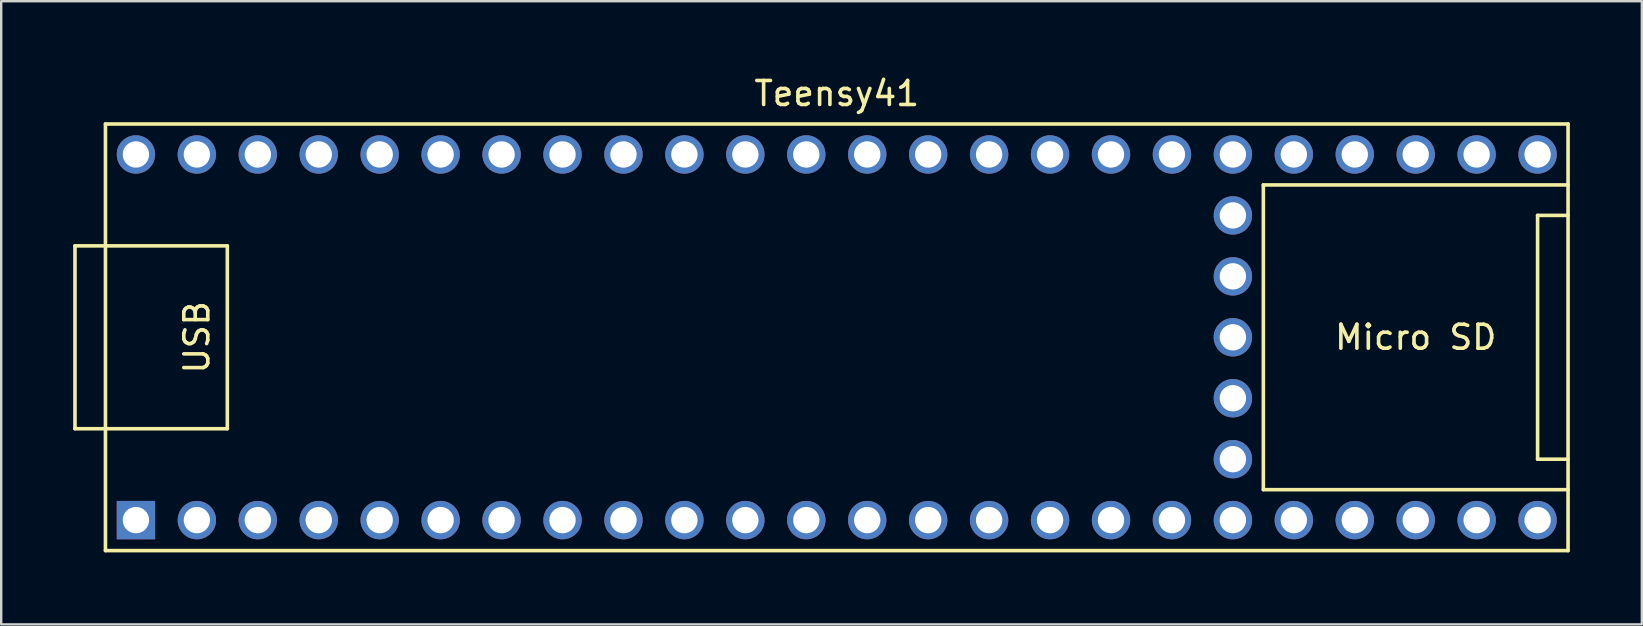
<source format=kicad_pcb>
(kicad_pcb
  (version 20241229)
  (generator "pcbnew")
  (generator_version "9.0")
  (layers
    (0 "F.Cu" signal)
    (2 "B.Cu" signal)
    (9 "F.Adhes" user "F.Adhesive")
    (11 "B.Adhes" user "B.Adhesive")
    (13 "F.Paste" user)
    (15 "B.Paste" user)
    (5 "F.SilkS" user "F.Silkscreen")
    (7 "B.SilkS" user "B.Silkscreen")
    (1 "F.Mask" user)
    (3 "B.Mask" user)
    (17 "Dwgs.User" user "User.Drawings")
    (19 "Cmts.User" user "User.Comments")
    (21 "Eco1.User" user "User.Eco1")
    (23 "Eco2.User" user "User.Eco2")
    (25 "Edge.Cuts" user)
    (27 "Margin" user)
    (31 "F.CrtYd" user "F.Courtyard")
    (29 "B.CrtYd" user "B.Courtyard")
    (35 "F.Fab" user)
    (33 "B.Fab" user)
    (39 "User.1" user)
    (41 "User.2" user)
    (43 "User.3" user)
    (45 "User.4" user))
  (footprint "Teensy41"
    (layer "F.Cu")
    (at 31.825 11.008)
    (property "Reference" "Teensy41" (at 0 -10.16 0) (layer "F.SilkS") (effects (font (size 1 1) (thickness 0.15))))
    (attr through_hole)
    (fp_line (start -31.75 -3.81) (end -30.48 -3.81) (stroke (width 0.15) (type solid)) (layer "F.SilkS"))
    (fp_line (start -31.75 3.81) (end -31.75 -3.81) (stroke (width 0.15) (type solid)) (layer "F.SilkS"))
    (fp_line (start -30.48 -8.89) (end 30.48 -8.89) (stroke (width 0.15) (type solid)) (layer "F.SilkS"))
    (fp_line (start -30.48 3.81) (end -31.75 3.81) (stroke (width 0.15) (type solid)) (layer "F.SilkS"))
    (fp_line (start -30.48 8.89) (end -30.48 -8.89) (stroke (width 0.15) (type solid)) (layer "F.SilkS"))
    (fp_line (start -25.4 -3.81) (end -30.48 -3.81) (stroke (width 0.15) (type solid)) (layer "F.SilkS"))
    (fp_line (start -25.4 3.81) (end -30.48 3.81) (stroke (width 0.15) (type solid)) (layer "F.SilkS"))
    (fp_line (start -25.4 3.81) (end -25.4 -3.81) (stroke (width 0.15) (type solid)) (layer "F.SilkS"))
    (fp_line (start 17.78 -6.35) (end 17.78 6.35) (stroke (width 0.15) (type solid)) (layer "F.SilkS"))
    (fp_line (start 17.78 6.35) (end 30.48 6.35) (stroke (width 0.15) (type solid)) (layer "F.SilkS"))
    (fp_line (start 29.21 -5.08) (end 29.21 5.08) (stroke (width 0.15) (type solid)) (layer "F.SilkS"))
    (fp_line (start 29.21 5.08) (end 30.48 5.08) (stroke (width 0.15) (type solid)) (layer "F.SilkS"))
    (fp_line (start 30.48 -8.89) (end 30.48 8.89) (stroke (width 0.15) (type solid)) (layer "F.SilkS"))
    (fp_line (start 30.48 -6.35) (end 17.78 -6.35) (stroke (width 0.15) (type solid)) (layer "F.SilkS"))
    (fp_line (start 30.48 -5.08) (end 29.21 -5.08) (stroke (width 0.15) (type solid)) (layer "F.SilkS"))
    (fp_line (start 30.48 8.89) (end -30.48 8.89) (stroke (width 0.15) (type solid)) (layer "F.SilkS"))
    (fp_text user "USB" (at -26.67 0 270) (layer "F.SilkS") (effects (font (size 1 1) (thickness 0.15))))
    (fp_text user "Micro SD" (at 24.13 0 0) (layer "F.SilkS") (effects (font (size 1 1) (thickness 0.15))))
    (pad "1" thru_hole rect (at -29.21 7.62) (size 1.6 1.6) (drill 1.1) (layers "*.Cu" "*.Mask"))
    (pad "2" thru_hole circle (at -26.67 7.62) (size 1.6 1.6) (drill 1.1) (layers "*.Cu" "*.Mask"))
    (pad "3" thru_hole circle (at -24.13 7.62) (size 1.6 1.6) (drill 1.1) (layers "*.Cu" "*.Mask"))
    (pad "4" thru_hole circle (at -21.59 7.62) (size 1.6 1.6) (drill 1.1) (layers "*.Cu" "*.Mask"))
    (pad "5" thru_hole circle (at -19.05 7.62) (size 1.6 1.6) (drill 1.1) (layers "*.Cu" "*.Mask"))
    (pad "6" thru_hole circle (at -16.51 7.62) (size 1.6 1.6) (drill 1.1) (layers "*.Cu" "*.Mask"))
    (pad "7" thru_hole circle (at -13.97 7.62) (size 1.6 1.6) (drill 1.1) (layers "*.Cu" "*.Mask"))
    (pad "8" thru_hole circle (at -11.43 7.62) (size 1.6 1.6) (drill 1.1) (layers "*.Cu" "*.Mask"))
    (pad "9" thru_hole circle (at -8.89 7.62) (size 1.6 1.6) (drill 1.1) (layers "*.Cu" "*.Mask"))
    (pad "10" thru_hole circle (at -6.35 7.62) (size 1.6 1.6) (drill 1.1) (layers "*.Cu" "*.Mask"))
    (pad "11" thru_hole circle (at -3.81 7.62) (size 1.6 1.6) (drill 1.1) (layers "*.Cu" "*.Mask"))
    (pad "12" thru_hole circle (at -1.27 7.62) (size 1.6 1.6) (drill 1.1) (layers "*.Cu" "*.Mask"))
    (pad "13" thru_hole circle (at 1.27 7.62) (size 1.6 1.6) (drill 1.1) (layers "*.Cu" "*.Mask"))
    (pad "14" thru_hole circle (at 3.81 7.62) (size 1.6 1.6) (drill 1.1) (layers "*.Cu" "*.Mask"))
    (pad "15" thru_hole circle (at 6.35 7.62) (size 1.6 1.6) (drill 1.1) (layers "*.Cu" "*.Mask"))
    (pad "16" thru_hole circle (at 8.89 7.62) (size 1.6 1.6) (drill 1.1) (layers "*.Cu" "*.Mask"))
    (pad "17" thru_hole circle (at 11.43 7.62) (size 1.6 1.6) (drill 1.1) (layers "*.Cu" "*.Mask"))
    (pad "18" thru_hole circle (at 13.97 7.62) (size 1.6 1.6) (drill 1.1) (layers "*.Cu" "*.Mask"))
    (pad "19" thru_hole circle (at 16.51 7.62) (size 1.6 1.6) (drill 1.1) (layers "*.Cu" "*.Mask"))
    (pad "20" thru_hole circle (at 19.05 7.62) (size 1.6 1.6) (drill 1.1) (layers "*.Cu" "*.Mask"))
    (pad "21" thru_hole circle (at 21.59 7.62) (size 1.6 1.6) (drill 1.1) (layers "*.Cu" "*.Mask"))
    (pad "22" thru_hole circle (at 24.13 7.62) (size 1.6 1.6) (drill 1.1) (layers "*.Cu" "*.Mask"))
    (pad "23" thru_hole circle (at 26.67 7.62) (size 1.6 1.6) (drill 1.1) (layers "*.Cu" "*.Mask"))
    (pad "24" thru_hole circle (at 29.21 7.62) (size 1.6 1.6) (drill 1.1) (layers "*.Cu" "*.Mask"))
    (pad "25" thru_hole circle (at 29.21 -7.62) (size 1.6 1.6) (drill 1.1) (layers "*.Cu" "*.Mask"))
    (pad "26" thru_hole circle (at 26.67 -7.62) (size 1.6 1.6) (drill 1.1) (layers "*.Cu" "*.Mask"))
    (pad "27" thru_hole circle (at 24.13 -7.62) (size 1.6 1.6) (drill 1.1) (layers "*.Cu" "*.Mask"))
    (pad "28" thru_hole circle (at 21.59 -7.62) (size 1.6 1.6) (drill 1.1) (layers "*.Cu" "*.Mask"))
    (pad "29" thru_hole circle (at 19.05 -7.62) (size 1.6 1.6) (drill 1.1) (layers "*.Cu" "*.Mask"))
    (pad "30" thru_hole circle (at 16.51 -7.62) (size 1.6 1.6) (drill 1.1) (layers "*.Cu" "*.Mask"))
    (pad "31" thru_hole circle (at 13.97 -7.62) (size 1.6 1.6) (drill 1.1) (layers "*.Cu" "*.Mask"))
    (pad "32" thru_hole circle (at 11.43 -7.62) (size 1.6 1.6) (drill 1.1) (layers "*.Cu" "*.Mask"))
    (pad "33" thru_hole circle (at 8.89 -7.62) (size 1.6 1.6) (drill 1.1) (layers "*.Cu" "*.Mask"))
    (pad "34" thru_hole circle (at 6.35 -7.62) (size 1.6 1.6) (drill 1.1) (layers "*.Cu" "*.Mask"))
    (pad "35" thru_hole circle (at 3.81 -7.62) (size 1.6 1.6) (drill 1.1) (layers "*.Cu" "*.Mask"))
    (pad "36" thru_hole circle (at 1.27 -7.62) (size 1.6 1.6) (drill 1.1) (layers "*.Cu" "*.Mask"))
    (pad "37" thru_hole circle (at -1.27 -7.62) (size 1.6 1.6) (drill 1.1) (layers "*.Cu" "*.Mask"))
    (pad "38" thru_hole circle (at -3.81 -7.62) (size 1.6 1.6) (drill 1.1) (layers "*.Cu" "*.Mask"))
    (pad "39" thru_hole circle (at -6.35 -7.62) (size 1.6 1.6) (drill 1.1) (layers "*.Cu" "*.Mask"))
    (pad "40" thru_hole circle (at -8.89 -7.62) (size 1.6 1.6) (drill 1.1) (layers "*.Cu" "*.Mask"))
    (pad "41" thru_hole circle (at -11.43 -7.62) (size 1.6 1.6) (drill 1.1) (layers "*.Cu" "*.Mask"))
    (pad "42" thru_hole circle (at -13.97 -7.62) (size 1.6 1.6) (drill 1.1) (layers "*.Cu" "*.Mask"))
    (pad "43" thru_hole circle (at -16.51 -7.62) (size 1.6 1.6) (drill 1.1) (layers "*.Cu" "*.Mask"))
    (pad "44" thru_hole circle (at -19.05 -7.62) (size 1.6 1.6) (drill 1.1) (layers "*.Cu" "*.Mask"))
    (pad "45" thru_hole circle (at -21.59 -7.62) (size 1.6 1.6) (drill 1.1) (layers "*.Cu" "*.Mask"))
    (pad "46" thru_hole circle (at -24.13 -7.62) (size 1.6 1.6) (drill 1.1) (layers "*.Cu" "*.Mask"))
    (pad "47" thru_hole circle (at -26.67 -7.62) (size 1.6 1.6) (drill 1.1) (layers "*.Cu" "*.Mask"))
    (pad "48" thru_hole circle (at -29.21 -7.62) (size 1.6 1.6) (drill 1.1) (layers "*.Cu" "*.Mask"))
    (pad "50" thru_hole circle (at 16.51 5.08) (size 1.6 1.6) (drill 1.1) (layers "*.Cu" "*.Mask"))
    (pad "51" thru_hole circle (at 16.51 2.54) (size 1.6 1.6) (drill 1.1) (layers "*.Cu" "*.Mask"))
    (pad "52" thru_hole circle (at 16.51 0) (size 1.6 1.6) (drill 1.1) (layers "*.Cu" "*.Mask"))
    (pad "53" thru_hole circle (at 16.51 -2.54) (size 1.6 1.6) (drill 1.1) (layers "*.Cu" "*.Mask"))
    (pad "54" thru_hole circle (at 16.51 -5.08) (size 1.6 1.6) (drill 1.1) (layers "*.Cu" "*.Mask")))
  (gr_rect
    (start -3 -3)
    (end 65.38 22.973)
    (stroke (width 0.1) (type default))
    (fill no)
    (layer "Edge.Cuts")))
</source>
